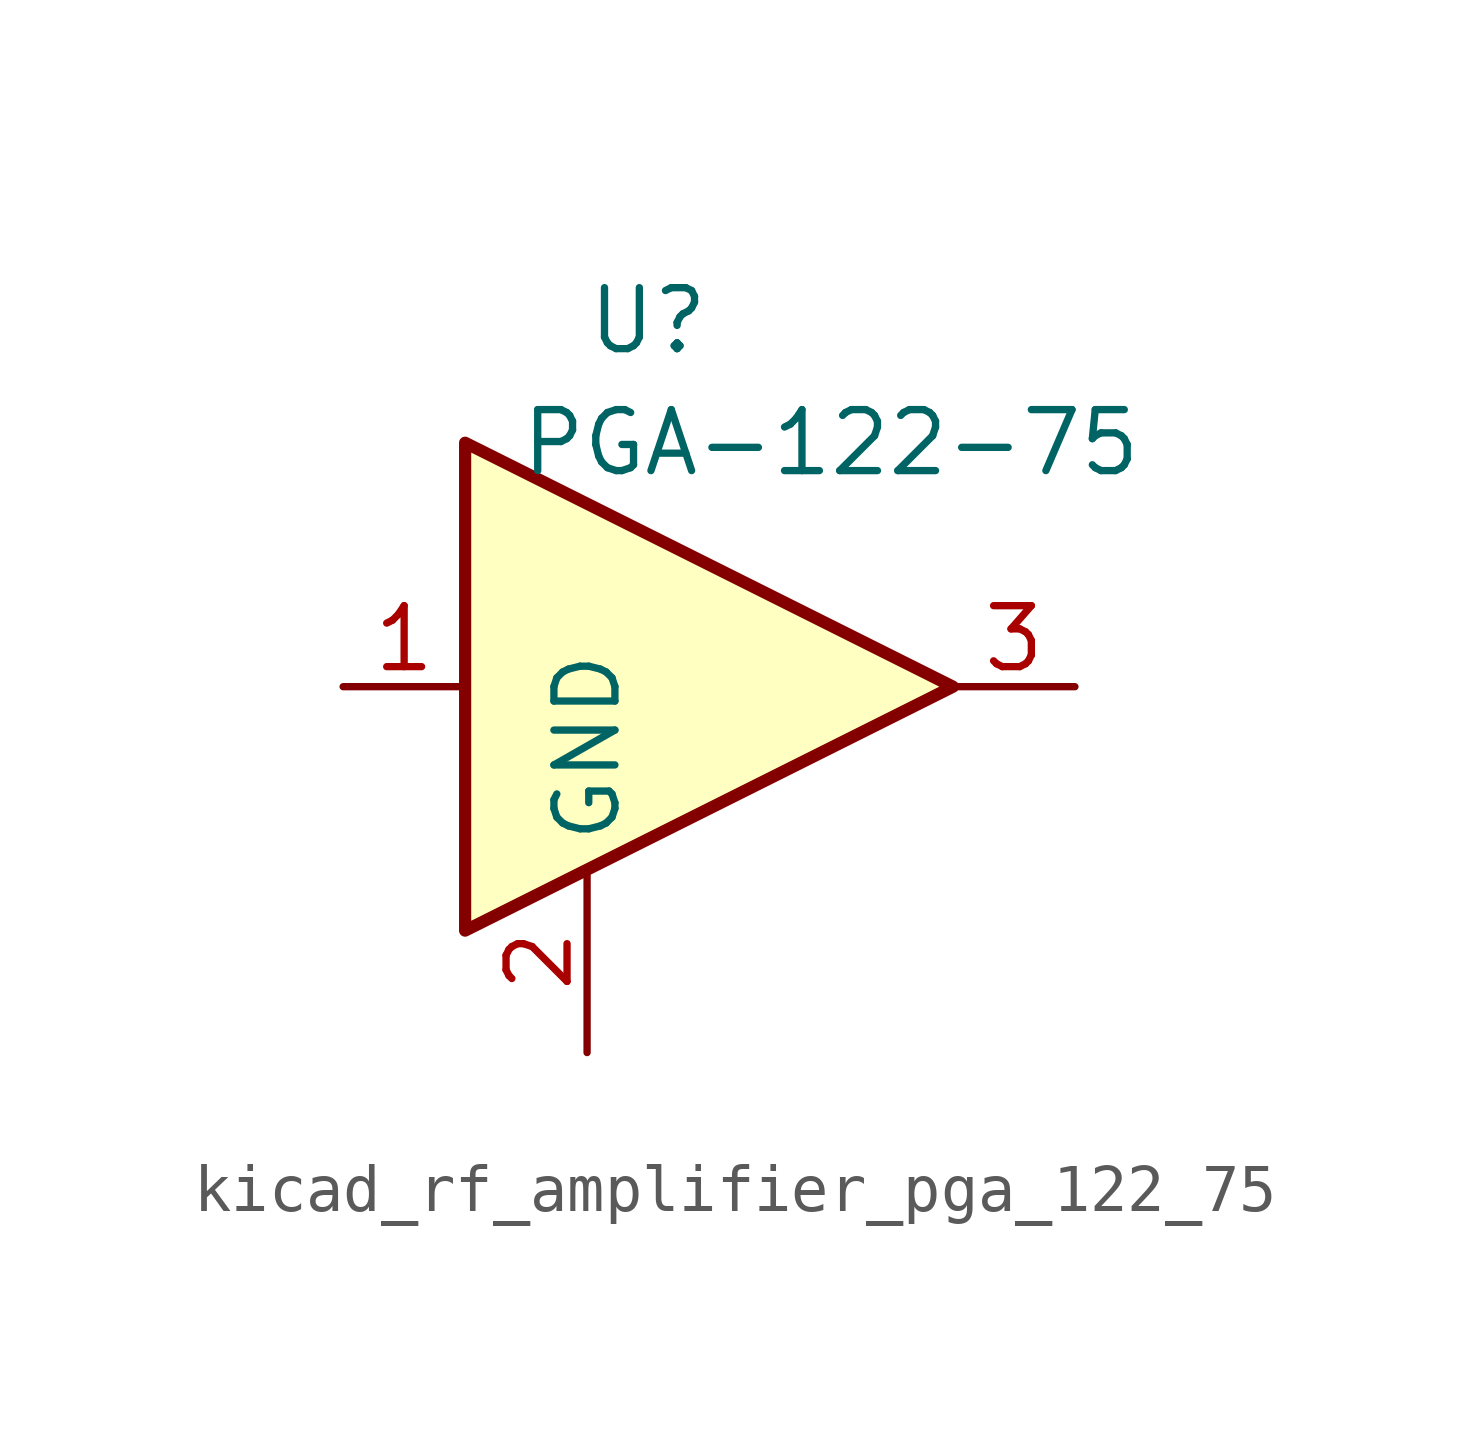
<source format=kicad_sym>
(kicad_symbol_lib
  (version 20220914)
  (generator kicad_symbol_editor)
  (symbol "kicad_rf_amplifier_pga_122_75"
    (property "Reference" "U"
      (at -1.27 7.62 0)
      (effects (font (size 1.27 1.27))))
    (property "Value" "PGA-122-75"
      (at 2.54 5.08 0)
      (effects (font (size 1.27 1.27))))
    (symbol "kicad_rf_amplifier_pga_122_75_0_1"
      (polyline (pts (xy 5.08 0) (xy -5.08 5.08) (xy -5.08 -5.08) (xy 5.08 0)) (stroke (width 0.254) (type default)) (fill (type background))))
    (symbol "kicad_rf_amplifier_pga_122_75_1_1"
      (pin input line (at -7.62 0 0) (length 2.54) (name "~" (effects (font (size 1.27 1.27)))) (number "1" (effects (font (size 1.27 1.27)))))
      (pin power_in line (at -2.54 -7.62 90) (length 3.81) (name "GND" (effects (font (size 1.27 1.27)))) (number "2" (effects (font (size 1.27 1.27)))))
      (pin output line (at 7.62 0 180) (length 2.54) (name "~" (effects (font (size 1.27 1.27)))) (number "3" (effects (font (size 1.27 1.27))))))))
</source>
